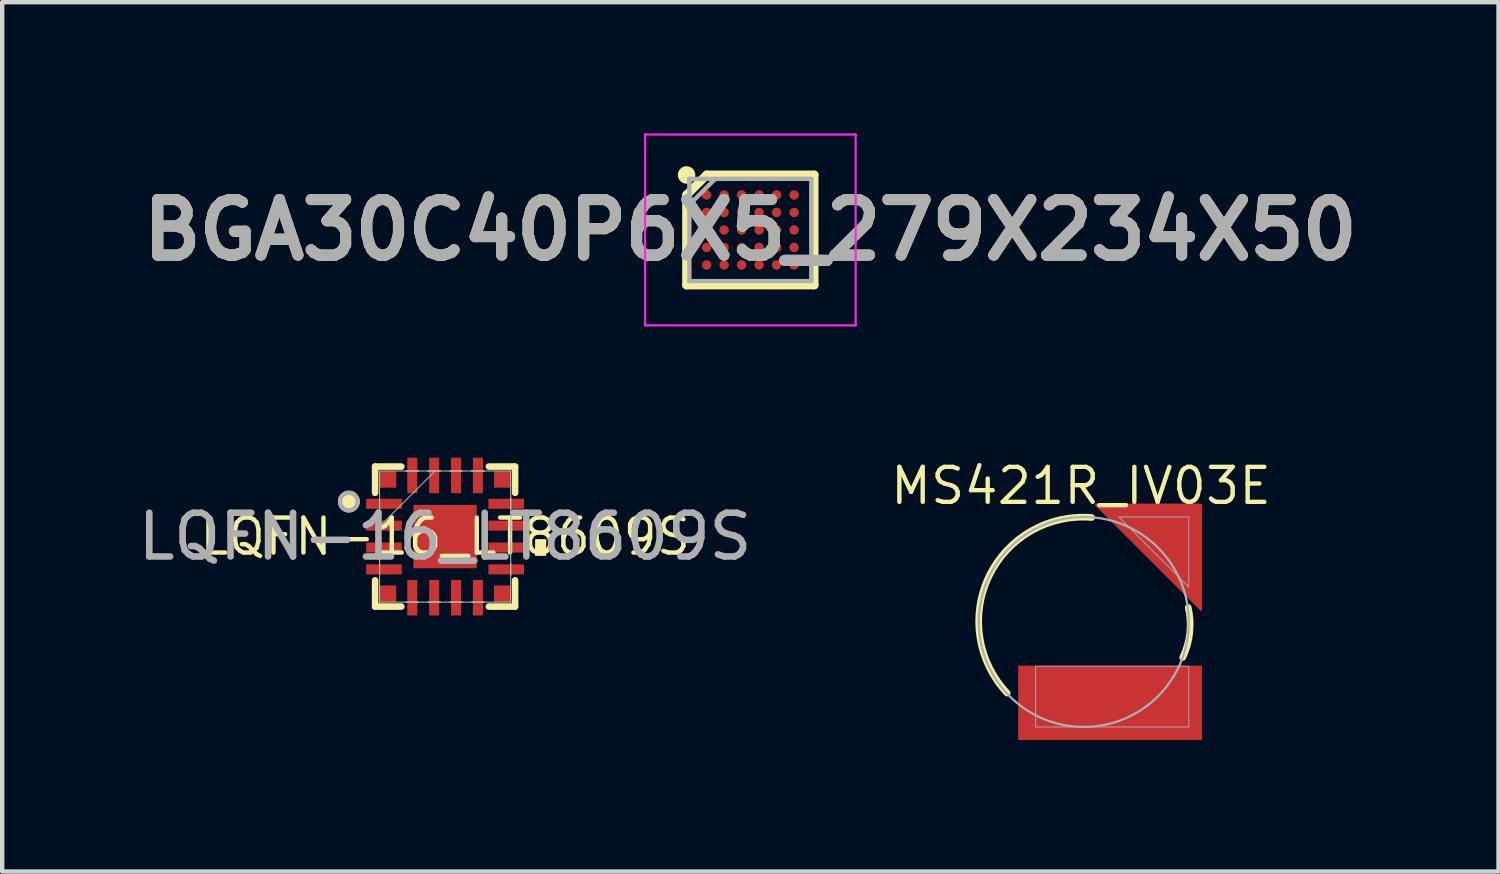
<source format=kicad_pcb>
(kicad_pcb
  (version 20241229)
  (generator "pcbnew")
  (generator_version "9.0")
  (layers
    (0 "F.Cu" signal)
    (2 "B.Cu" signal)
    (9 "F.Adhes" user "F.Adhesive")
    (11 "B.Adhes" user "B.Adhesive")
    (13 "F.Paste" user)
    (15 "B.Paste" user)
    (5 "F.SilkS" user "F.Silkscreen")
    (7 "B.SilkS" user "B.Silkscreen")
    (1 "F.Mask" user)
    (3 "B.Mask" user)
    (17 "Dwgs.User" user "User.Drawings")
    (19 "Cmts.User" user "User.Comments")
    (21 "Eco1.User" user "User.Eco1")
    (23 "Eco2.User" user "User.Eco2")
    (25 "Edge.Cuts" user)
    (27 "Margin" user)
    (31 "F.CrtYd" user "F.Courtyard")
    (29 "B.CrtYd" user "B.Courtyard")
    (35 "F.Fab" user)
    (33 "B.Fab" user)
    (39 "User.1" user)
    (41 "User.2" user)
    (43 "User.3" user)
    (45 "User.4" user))
  (footprint "MS421R_IV03E"
    (layer "F.Cu")
    (at 21.726 11.168)
    (property "Reference" "MS421R_IV03E" (at -0.064 -3.111 0) (layer "F.SilkS") (effects (font (size 0.8 0.8) (thickness 0.1))))
    (attr smd)
    (fp_poly (pts (xy 0.28 -2.68) (xy 2.68 -2.68) (xy 2.68 -0.28)) (stroke (width 0.05) (type solid)) (fill yes) (layer "F.Mask"))
    (fp_poly (pts (xy -1.5 1) (xy 2.7 1) (xy 2.7 2.7) (xy -1.5 2.7)) (stroke (width 0.01) (type solid)) (fill yes) (layer "F.Mask"))
    (fp_arc (start -1.7526 1.6256) (mid -2.167968 -1.045071) (end 0.1778 -2.3876) (stroke (width 0.1524) (type solid)) (layer "F.SilkS"))
    (fp_arc (start 2.3876 -0.3302) (mid 2.42159 0.252132) (end 2.2606 0.8128) (stroke (width 0.1524) (type solid)) (layer "F.SilkS"))
    (fp_poly (pts (xy 0.28 -2.68) (xy 2.68 -2.68) (xy 2.68 -0.28)) (stroke (width 0.05) (type solid)) (fill yes) (layer "F.Paste"))
    (fp_poly (pts (xy -1.5 1) (xy 2.7 1) (xy 2.7 2.7) (xy -1.5 2.7)) (stroke (width 0.01) (type solid)) (fill yes) (layer "F.Paste"))
    (fp_circle (center 0 0) (end 2.4 0) (stroke (width 0.051) (type solid)) (fill no) (layer "F.Fab"))
    (fp_poly (pts (xy 0.8 -2.4) (xy 2.4 -2.4) (xy 2.4 -0.8)) (stroke (width 0.02) (type solid)) (fill no) (layer "F.Fab"))
    (fp_poly (pts (xy -1.1 2.4) (xy 2.4 2.4) (xy 2.4 1.01) (xy -1.1 1.01)) (stroke (width 0.02) (type solid)) (fill no) (layer "F.Fab"))
    (pad "+" smd custom (at 2.022 -2.032) (size 1 1) (layers "F.Cu") (options (anchor rect)) (primitives (gr_poly (pts (xy -1.742 -0.648) (xy 0.658 -0.648) (xy 0.658 1.752)) (width 0.05) (fill yes))))
    (pad "-" smd rect (at 0.6 1.85) (size 4.2 1.7) (layers "F.Cu")))
  (footprint "LQFN-16_LT8609S"
    (layer "F.Cu")
    (at 7.125 9.216)
    (property "Reference" "LQFN-16_LT8609S" (at 0 0 0) (unlocked yes) (layer "F.SilkS") (effects (font (size 0.8 0.8) (thickness 0.1))))
    (attr smd)
    (fp_line (start -1.6 -1.6) (end -1.6 -1) (stroke (width 0.15) (type default)) (layer "F.SilkS"))
    (fp_line (start -1.6 1) (end -1.6 1.6) (stroke (width 0.15) (type default)) (layer "F.SilkS"))
    (fp_line (start -1.6 1.6) (end -1 1.6) (stroke (width 0.15) (type default)) (layer "F.SilkS"))
    (fp_line (start -1 -1.6) (end -1.6 -1.6) (stroke (width 0.15) (type default)) (layer "F.SilkS"))
    (fp_line (start 1 1.6) (end 1.6 1.6) (stroke (width 0.15) (type default)) (layer "F.SilkS"))
    (fp_line (start 1.6 -1.6) (end 1 -1.6) (stroke (width 0.15) (type default)) (layer "F.SilkS"))
    (fp_line (start 1.6 -1) (end 1.6 -1.6) (stroke (width 0.15) (type default)) (layer "F.SilkS"))
    (fp_line (start 1.6 1.6) (end 1.6 1) (stroke (width 0.15) (type default)) (layer "F.SilkS"))
    (fp_circle (center -2.2 -0.8) (end -2 -0.8) (stroke (width 0.1) (type solid)) (fill yes) (layer "F.SilkS"))
    (fp_poly (pts (xy 2.311 0.059) (xy 2.311 0.441) (xy 2.057 0.441) (xy 2.057 0.059)) (stroke (width 0) (type solid)) (fill yes) (layer "F.SilkS"))
    (fp_line (start -1.499 -1.499) (end -1.499 1.499) (stroke (width 0.025) (type solid)) (layer "F.Fab"))
    (fp_line (start -1.499 -0.89) (end -1.499 -0.89) (stroke (width 0.025) (type solid)) (layer "F.Fab"))
    (fp_line (start -1.499 -0.89) (end -1.499 -0.61) (stroke (width 0.025) (type solid)) (layer "F.Fab"))
    (fp_line (start -1.499 -0.61) (end -1.499 -0.89) (stroke (width 0.025) (type solid)) (layer "F.Fab"))
    (fp_line (start -1.499 -0.61) (end -1.499 -0.61) (stroke (width 0.025) (type solid)) (layer "F.Fab"))
    (fp_line (start -1.499 -0.39) (end -1.499 -0.39) (stroke (width 0.025) (type solid)) (layer "F.Fab"))
    (fp_line (start -1.499 -0.39) (end -1.499 -0.11) (stroke (width 0.025) (type solid)) (layer "F.Fab"))
    (fp_line (start -1.499 -0.229) (end -0.229 -1.499) (stroke (width 0.025) (type solid)) (layer "F.Fab"))
    (fp_line (start -1.499 -0.11) (end -1.499 -0.39) (stroke (width 0.025) (type solid)) (layer "F.Fab"))
    (fp_line (start -1.499 -0.11) (end -1.499 -0.11) (stroke (width 0.025) (type solid)) (layer "F.Fab"))
    (fp_line (start -1.499 0.11) (end -1.499 0.11) (stroke (width 0.025) (type solid)) (layer "F.Fab"))
    (fp_line (start -1.499 0.11) (end -1.499 0.39) (stroke (width 0.025) (type solid)) (layer "F.Fab"))
    (fp_line (start -1.499 0.39) (end -1.499 0.11) (stroke (width 0.025) (type solid)) (layer "F.Fab"))
    (fp_line (start -1.499 0.39) (end -1.499 0.39) (stroke (width 0.025) (type solid)) (layer "F.Fab"))
    (fp_line (start -1.499 0.61) (end -1.499 0.61) (stroke (width 0.025) (type solid)) (layer "F.Fab"))
    (fp_line (start -1.499 0.61) (end -1.499 0.89) (stroke (width 0.025) (type solid)) (layer "F.Fab"))
    (fp_line (start -1.499 0.89) (end -1.499 0.61) (stroke (width 0.025) (type solid)) (layer "F.Fab"))
    (fp_line (start -1.499 0.89) (end -1.499 0.89) (stroke (width 0.025) (type solid)) (layer "F.Fab"))
    (fp_line (start -1.499 1.499) (end 1.499 1.499) (stroke (width 0.025) (type solid)) (layer "F.Fab"))
    (fp_line (start -0.89 -1.499) (end -0.89 -1.499) (stroke (width 0.025) (type solid)) (layer "F.Fab"))
    (fp_line (start -0.89 -1.499) (end -0.61 -1.499) (stroke (width 0.025) (type solid)) (layer "F.Fab"))
    (fp_line (start -0.89 1.499) (end -0.89 1.499) (stroke (width 0.025) (type solid)) (layer "F.Fab"))
    (fp_line (start -0.89 1.499) (end -0.61 1.499) (stroke (width 0.025) (type solid)) (layer "F.Fab"))
    (fp_line (start -0.61 -1.499) (end -0.89 -1.499) (stroke (width 0.025) (type solid)) (layer "F.Fab"))
    (fp_line (start -0.61 -1.499) (end -0.61 -1.499) (stroke (width 0.025) (type solid)) (layer "F.Fab"))
    (fp_line (start -0.61 1.499) (end -0.89 1.499) (stroke (width 0.025) (type solid)) (layer "F.Fab"))
    (fp_line (start -0.61 1.499) (end -0.61 1.499) (stroke (width 0.025) (type solid)) (layer "F.Fab"))
    (fp_line (start -0.39 -1.499) (end -0.39 -1.499) (stroke (width 0.025) (type solid)) (layer "F.Fab"))
    (fp_line (start -0.39 -1.499) (end -0.11 -1.499) (stroke (width 0.025) (type solid)) (layer "F.Fab"))
    (fp_line (start -0.39 1.499) (end -0.39 1.499) (stroke (width 0.025) (type solid)) (layer "F.Fab"))
    (fp_line (start -0.39 1.499) (end -0.11 1.499) (stroke (width 0.025) (type solid)) (layer "F.Fab"))
    (fp_line (start -0.11 -1.499) (end -0.39 -1.499) (stroke (width 0.025) (type solid)) (layer "F.Fab"))
    (fp_line (start -0.11 -1.499) (end -0.11 -1.499) (stroke (width 0.025) (type solid)) (layer "F.Fab"))
    (fp_line (start -0.11 1.499) (end -0.39 1.499) (stroke (width 0.025) (type solid)) (layer "F.Fab"))
    (fp_line (start -0.11 1.499) (end -0.11 1.499) (stroke (width 0.025) (type solid)) (layer "F.Fab"))
    (fp_line (start 0.11 -1.499) (end 0.11 -1.499) (stroke (width 0.025) (type solid)) (layer "F.Fab"))
    (fp_line (start 0.11 -1.499) (end 0.39 -1.499) (stroke (width 0.025) (type solid)) (layer "F.Fab"))
    (fp_line (start 0.11 1.499) (end 0.11 1.499) (stroke (width 0.025) (type solid)) (layer "F.Fab"))
    (fp_line (start 0.11 1.499) (end 0.39 1.499) (stroke (width 0.025) (type solid)) (layer "F.Fab"))
    (fp_line (start 0.39 -1.499) (end 0.11 -1.499) (stroke (width 0.025) (type solid)) (layer "F.Fab"))
    (fp_line (start 0.39 -1.499) (end 0.39 -1.499) (stroke (width 0.025) (type solid)) (layer "F.Fab"))
    (fp_line (start 0.39 1.499) (end 0.11 1.499) (stroke (width 0.025) (type solid)) (layer "F.Fab"))
    (fp_line (start 0.39 1.499) (end 0.39 1.499) (stroke (width 0.025) (type solid)) (layer "F.Fab"))
    (fp_line (start 0.61 -1.499) (end 0.61 -1.499) (stroke (width 0.025) (type solid)) (layer "F.Fab"))
    (fp_line (start 0.61 -1.499) (end 0.89 -1.499) (stroke (width 0.025) (type solid)) (layer "F.Fab"))
    (fp_line (start 0.61 1.499) (end 0.61 1.499) (stroke (width 0.025) (type solid)) (layer "F.Fab"))
    (fp_line (start 0.61 1.499) (end 0.89 1.499) (stroke (width 0.025) (type solid)) (layer "F.Fab"))
    (fp_line (start 0.89 -1.499) (end 0.61 -1.499) (stroke (width 0.025) (type solid)) (layer "F.Fab"))
    (fp_line (start 0.89 -1.499) (end 0.89 -1.499) (stroke (width 0.025) (type solid)) (layer "F.Fab"))
    (fp_line (start 0.89 1.499) (end 0.61 1.499) (stroke (width 0.025) (type solid)) (layer "F.Fab"))
    (fp_line (start 0.89 1.499) (end 0.89 1.499) (stroke (width 0.025) (type solid)) (layer "F.Fab"))
    (fp_line (start 1.499 -1.499) (end -1.499 -1.499) (stroke (width 0.025) (type solid)) (layer "F.Fab"))
    (fp_line (start 1.499 -0.89) (end 1.499 -0.89) (stroke (width 0.025) (type solid)) (layer "F.Fab"))
    (fp_line (start 1.499 -0.89) (end 1.499 -0.61) (stroke (width 0.025) (type solid)) (layer "F.Fab"))
    (fp_line (start 1.499 -0.61) (end 1.499 -0.89) (stroke (width 0.025) (type solid)) (layer "F.Fab"))
    (fp_line (start 1.499 -0.61) (end 1.499 -0.61) (stroke (width 0.025) (type solid)) (layer "F.Fab"))
    (fp_line (start 1.499 -0.39) (end 1.499 -0.39) (stroke (width 0.025) (type solid)) (layer "F.Fab"))
    (fp_line (start 1.499 -0.39) (end 1.499 -0.11) (stroke (width 0.025) (type solid)) (layer "F.Fab"))
    (fp_line (start 1.499 -0.11) (end 1.499 -0.39) (stroke (width 0.025) (type solid)) (layer "F.Fab"))
    (fp_line (start 1.499 -0.11) (end 1.499 -0.11) (stroke (width 0.025) (type solid)) (layer "F.Fab"))
    (fp_line (start 1.499 0.11) (end 1.499 0.11) (stroke (width 0.025) (type solid)) (layer "F.Fab"))
    (fp_line (start 1.499 0.11) (end 1.499 0.39) (stroke (width 0.025) (type solid)) (layer "F.Fab"))
    (fp_line (start 1.499 0.39) (end 1.499 0.11) (stroke (width 0.025) (type solid)) (layer "F.Fab"))
    (fp_line (start 1.499 0.39) (end 1.499 0.39) (stroke (width 0.025) (type solid)) (layer "F.Fab"))
    (fp_line (start 1.499 0.61) (end 1.499 0.61) (stroke (width 0.025) (type solid)) (layer "F.Fab"))
    (fp_line (start 1.499 0.61) (end 1.499 0.89) (stroke (width 0.025) (type solid)) (layer "F.Fab"))
    (fp_line (start 1.499 0.89) (end 1.499 0.61) (stroke (width 0.025) (type solid)) (layer "F.Fab"))
    (fp_line (start 1.499 0.89) (end 1.499 0.89) (stroke (width 0.025) (type solid)) (layer "F.Fab"))
    (fp_line (start 1.499 1.499) (end 1.499 -1.499) (stroke (width 0.025) (type solid)) (layer "F.Fab"))
    (fp_circle (center -2.2 -0.8) (end -2 -0.8) (stroke (width 0.1) (type solid)) (fill no) (layer "F.Fab"))
    (fp_text user "${REFERENCE}" (at 0 0 0) (unlocked yes) (layer "F.Fab") (effects (font (size 1 1) (thickness 0.15))))
    (pad "1" smd rect (at -1.397 -0.75 90) (size 0.229 0.813) (layers "F.Cu" "F.Mask" "F.Paste"))
    (pad "2" smd rect (at -1.397 -0.25 90) (size 0.229 0.813) (layers "F.Cu" "F.Mask" "F.Paste"))
    (pad "3" smd rect (at -1.397 0.25 90) (size 0.229 0.813) (layers "F.Cu" "F.Mask" "F.Paste"))
    (pad "4" smd rect (at -1.397 0.75 90) (size 0.229 0.813) (layers "F.Cu" "F.Mask" "F.Paste"))
    (pad "5" smd rect (at -0.75 1.397) (size 0.229 0.813) (layers "F.Cu" "F.Mask" "F.Paste"))
    (pad "6" smd rect (at -0.25 1.397) (size 0.229 0.813) (layers "F.Cu" "F.Mask" "F.Paste"))
    (pad "7" smd rect (at 0.25 1.397) (size 0.229 0.813) (layers "F.Cu" "F.Mask" "F.Paste"))
    (pad "8" smd rect (at 0.75 1.397) (size 0.229 0.813) (layers "F.Cu" "F.Mask" "F.Paste"))
    (pad "9" smd rect (at 1.397 0.75 90) (size 0.229 0.813) (layers "F.Cu" "F.Mask" "F.Paste"))
    (pad "10" smd rect (at 1.397 0.25 90) (size 0.229 0.813) (layers "F.Cu" "F.Mask" "F.Paste"))
    (pad "11" smd rect (at 1.397 -0.25 90) (size 0.229 0.813) (layers "F.Cu" "F.Mask" "F.Paste"))
    (pad "12" smd rect (at 1.397 -0.75 90) (size 0.229 0.813) (layers "F.Cu" "F.Mask" "F.Paste"))
    (pad "13" smd rect (at 0.75 -1.397) (size 0.229 0.813) (layers "F.Cu" "F.Mask" "F.Paste"))
    (pad "14" smd rect (at 0.25 -1.397) (size 0.229 0.813) (layers "F.Cu" "F.Mask" "F.Paste"))
    (pad "15" smd rect (at -0.25 -1.397) (size 0.229 0.813) (layers "F.Cu" "F.Mask" "F.Paste"))
    (pad "16" smd rect (at -0.75 -1.397) (size 0.229 0.813) (layers "F.Cu" "F.Mask" "F.Paste"))
    (pad "17" smd rect (at 0 0) (size 1.448 1.448) (layers "F.Cu" "F.Mask" "F.Paste"))
    (pad "18" smd rect (at -1.308 -1.308) (size 0.381 0.381) (layers "F.Cu" "F.Mask" "F.Paste"))
    (pad "19" smd rect (at -1.308 1.308) (size 0.381 0.381) (layers "F.Cu" "F.Mask" "F.Paste"))
    (pad "20" smd rect (at 1.308 1.308) (size 0.381 0.381) (layers "F.Cu" "F.Mask" "F.Paste"))
    (pad "21" smd rect (at 1.308 -1.308) (size 0.381 0.381) (layers "F.Cu" "F.Mask" "F.Paste")))
  (footprint "BGA30C40P6X5_279X234X50"
    (layer "F.Cu")
    (at 14.103 2.207)
    (property "Reference" "BGA30C40P6X5_279X234X50" (at 0 0 0) (layer "F.SilkS") (effects (font (size 1.27 1.27) (thickness 0.254))))
    (attr smd)
    (fp_line (start -1.458 -0.8) (end -1 -1.258) (stroke (width 0.2) (type solid)) (layer "F.SilkS"))
    (fp_line (start -1.458 1.258) (end -1.458 -0.8) (stroke (width 0.2) (type solid)) (layer "F.SilkS"))
    (fp_line (start -1 -1.258) (end 1.458 -1.258) (stroke (width 0.2) (type solid)) (layer "F.SilkS"))
    (fp_line (start 1.458 -1.258) (end 1.458 1.258) (stroke (width 0.2) (type solid)) (layer "F.SilkS"))
    (fp_line (start 1.458 1.258) (end -1.458 1.258) (stroke (width 0.2) (type solid)) (layer "F.SilkS"))
    (fp_circle (center -1.458 -1.258) (end -1.458 -1.158) (stroke (width 0.2) (type solid)) (fill no) (layer "F.SilkS"))
    (fp_line (start -2.406 -2.182) (end 2.407 -2.182) (stroke (width 0.05) (type solid)) (layer "F.CrtYd"))
    (fp_line (start -2.406 2.181) (end -2.406 -2.182) (stroke (width 0.05) (type solid)) (layer "F.CrtYd"))
    (fp_line (start 2.407 -2.182) (end 2.407 2.181) (stroke (width 0.05) (type solid)) (layer "F.CrtYd"))
    (fp_line (start 2.407 2.181) (end -2.406 2.181) (stroke (width 0.05) (type solid)) (layer "F.CrtYd"))
    (fp_line (start -1.394 -1.169) (end 1.394 -1.169) (stroke (width 0.1) (type solid)) (layer "F.Fab"))
    (fp_line (start -1.394 -0.578) (end -0.803 -1.169) (stroke (width 0.1) (type solid)) (layer "F.Fab"))
    (fp_line (start -1.394 1.169) (end -1.394 -1.169) (stroke (width 0.1) (type solid)) (layer "F.Fab"))
    (fp_line (start 1.394 -1.169) (end 1.394 1.169) (stroke (width 0.1) (type solid)) (layer "F.Fab"))
    (fp_line (start 1.394 1.169) (end -1.394 1.169) (stroke (width 0.1) (type solid)) (layer "F.Fab"))
    (fp_text user "${REFERENCE}" (at 0 0 0) (layer "F.Fab") (effects (font (size 1.27 1.27) (thickness 0.254))))
    (pad "A1" smd circle (at -1 -0.8 90) (size 0.216 0.216) (layers "F.Cu" "F.Mask" "F.Paste"))
    (pad "A2" smd circle (at -0.6 -0.8 90) (size 0.216 0.216) (layers "F.Cu" "F.Mask" "F.Paste"))
    (pad "A3" smd circle (at -0.2 -0.8 90) (size 0.216 0.216) (layers "F.Cu" "F.Mask" "F.Paste"))
    (pad "A4" smd circle (at 0.2 -0.8 90) (size 0.216 0.216) (layers "F.Cu" "F.Mask" "F.Paste"))
    (pad "A5" smd circle (at 0.6 -0.8 90) (size 0.216 0.216) (layers "F.Cu" "F.Mask" "F.Paste"))
    (pad "A6" smd circle (at 1 -0.8 90) (size 0.216 0.216) (layers "F.Cu" "F.Mask" "F.Paste"))
    (pad "B1" smd circle (at -1 -0.4 90) (size 0.216 0.216) (layers "F.Cu" "F.Mask" "F.Paste"))
    (pad "B2" smd circle (at -0.6 -0.4 90) (size 0.216 0.216) (layers "F.Cu" "F.Mask" "F.Paste"))
    (pad "B3" smd circle (at -0.2 -0.4 90) (size 0.216 0.216) (layers "F.Cu" "F.Mask" "F.Paste"))
    (pad "B4" smd circle (at 0.2 -0.4 90) (size 0.216 0.216) (layers "F.Cu" "F.Mask" "F.Paste"))
    (pad "B5" smd circle (at 0.6 -0.4 90) (size 0.216 0.216) (layers "F.Cu" "F.Mask" "F.Paste"))
    (pad "B6" smd circle (at 1 -0.4 90) (size 0.216 0.216) (layers "F.Cu" "F.Mask" "F.Paste"))
    (pad "C1" smd circle (at -1 0 90) (size 0.216 0.216) (layers "F.Cu" "F.Mask" "F.Paste"))
    (pad "C2" smd circle (at -0.6 0 90) (size 0.216 0.216) (layers "F.Cu" "F.Mask" "F.Paste"))
    (pad "C3" smd circle (at -0.2 0 90) (size 0.216 0.216) (layers "F.Cu" "F.Mask" "F.Paste"))
    (pad "C4" smd circle (at 0.2 0 90) (size 0.216 0.216) (layers "F.Cu" "F.Mask" "F.Paste"))
    (pad "C5" smd circle (at 0.6 0 90) (size 0.216 0.216) (layers "F.Cu" "F.Mask" "F.Paste"))
    (pad "C6" smd circle (at 1 0 90) (size 0.216 0.216) (layers "F.Cu" "F.Mask" "F.Paste"))
    (pad "D1" smd circle (at -1 0.4 90) (size 0.216 0.216) (layers "F.Cu" "F.Mask" "F.Paste"))
    (pad "D2" smd circle (at -0.6 0.4 90) (size 0.216 0.216) (layers "F.Cu" "F.Mask" "F.Paste"))
    (pad "D3" smd circle (at -0.2 0.4 90) (size 0.216 0.216) (layers "F.Cu" "F.Mask" "F.Paste"))
    (pad "D4" smd circle (at 0.2 0.4 90) (size 0.216 0.216) (layers "F.Cu" "F.Mask" "F.Paste"))
    (pad "D5" smd circle (at 0.6 0.4 90) (size 0.216 0.216) (layers "F.Cu" "F.Mask" "F.Paste"))
    (pad "D6" smd circle (at 1 0.4 90) (size 0.216 0.216) (layers "F.Cu" "F.Mask" "F.Paste"))
    (pad "E1" smd circle (at -1 0.8 90) (size 0.216 0.216) (layers "F.Cu" "F.Mask" "F.Paste"))
    (pad "E2" smd circle (at -0.6 0.8 90) (size 0.216 0.216) (layers "F.Cu" "F.Mask" "F.Paste"))
    (pad "E3" smd circle (at -0.2 0.8 90) (size 0.216 0.216) (layers "F.Cu" "F.Mask" "F.Paste"))
    (pad "E4" smd circle (at 0.2 0.8 90) (size 0.216 0.216) (layers "F.Cu" "F.Mask" "F.Paste"))
    (pad "E5" smd circle (at 0.6 0.8 90) (size 0.216 0.216) (layers "F.Cu" "F.Mask" "F.Paste"))
    (pad "E6" smd circle (at 1 0.8 90) (size 0.216 0.216) (layers "F.Cu" "F.Mask" "F.Paste")))
  (gr_rect
    (start -3 -3)
    (end 31.206 16.873)
    (stroke (width 0.1) (type default))
    (fill no)
    (layer "Edge.Cuts")))
</source>
